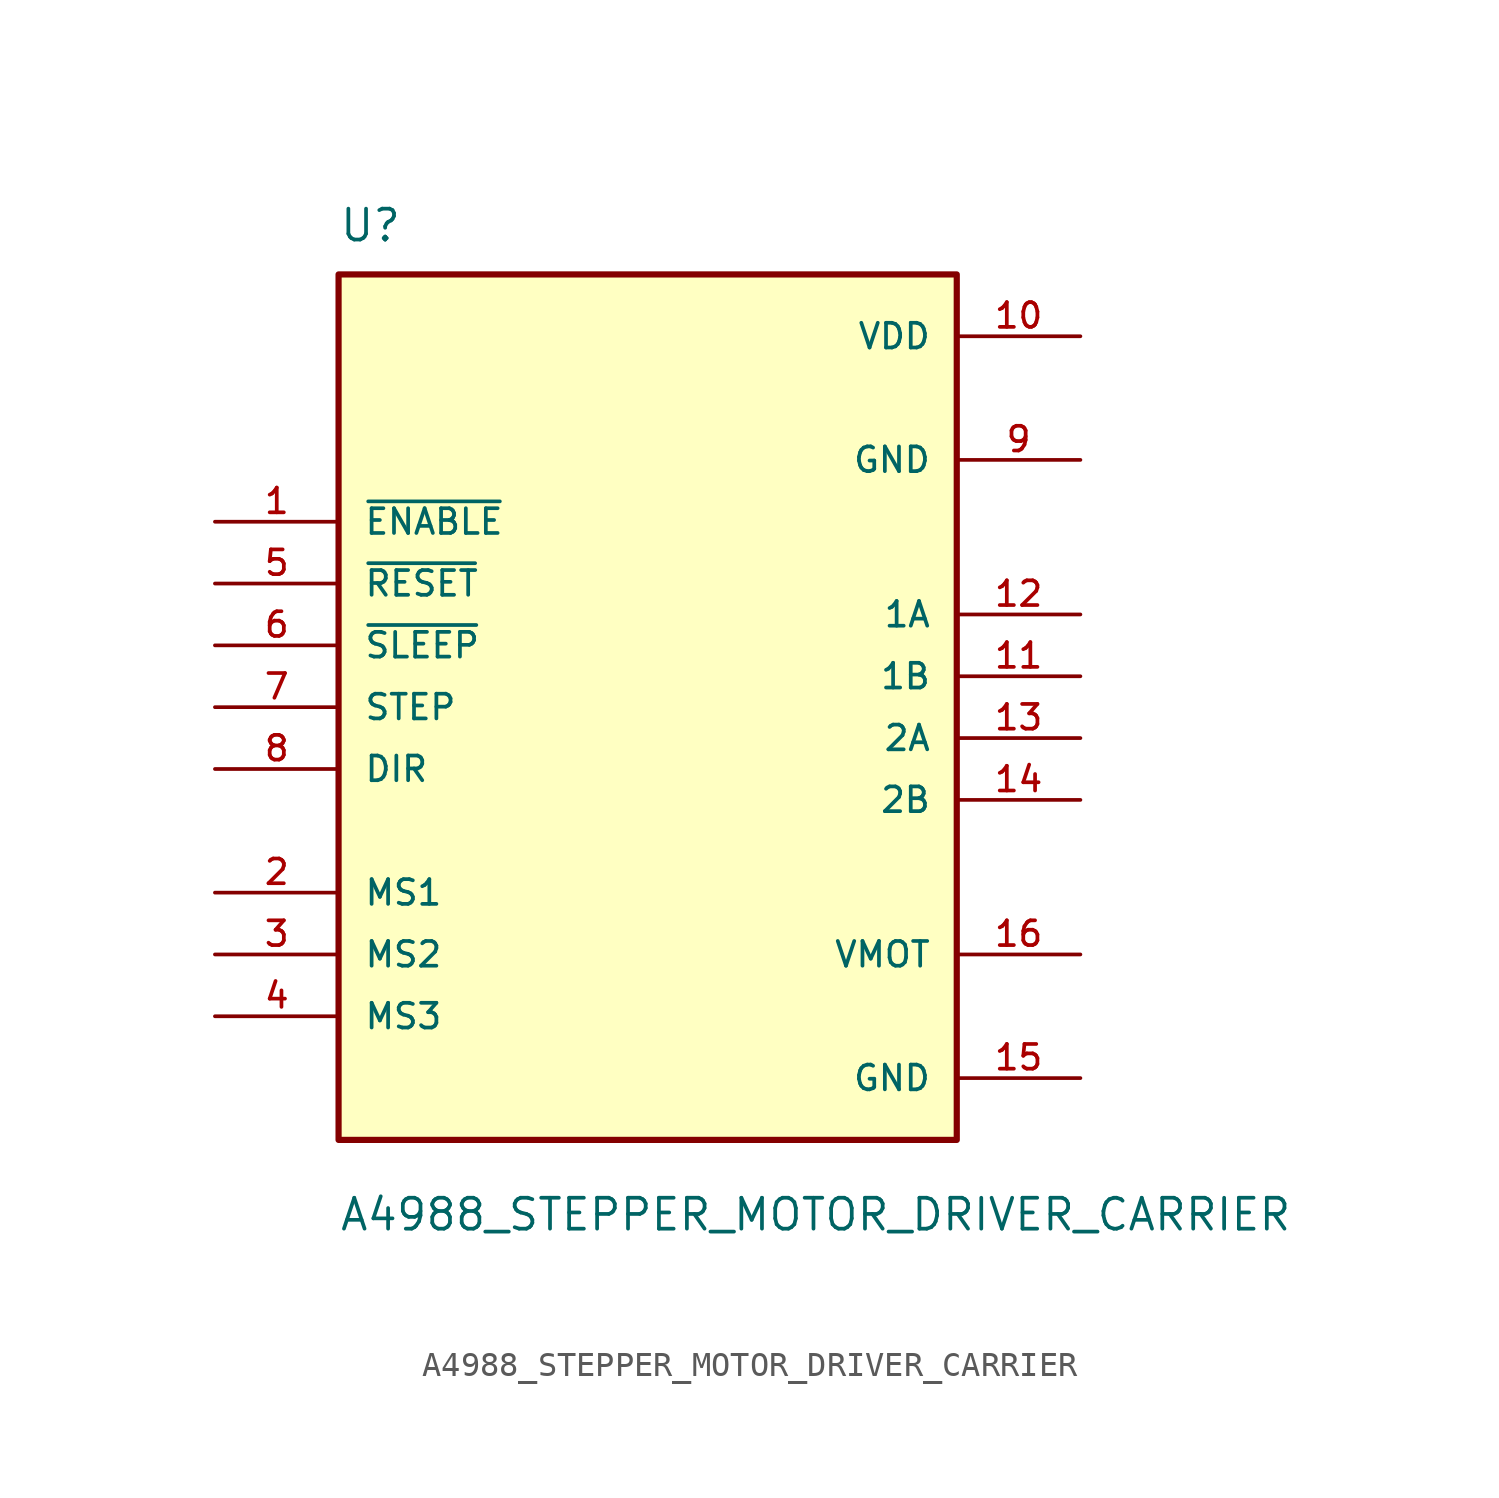
<source format=kicad_sym>
(kicad_symbol_lib
  (version 20211014)
  (generator kicad_symbol_editor)
  (symbol "A4988_STEPPER_MOTOR_DRIVER_CARRIER"
    (pin_names
      (offset 1.016))
    (property "Reference" "U"
      (at -12.7 19.05 0)
      (effects (font (size 1.27 1.27)) (justify left bottom)))
    (property "Value" "A4988_STEPPER_MOTOR_DRIVER_CARRIER"
      (at -12.7 -21.59 0)
      (effects (font (size 1.27 1.27)) (justify left bottom)))
    (symbol "A4988_STEPPER_MOTOR_DRIVER_CARRIER_0_0"
      (rectangle (start -12.7 -17.78) (end 12.7 17.78) (stroke (width 0.254) (type default) (color 0 0 0 0)) (fill (type background)))
      (pin input line (at -17.78 7.62 0) (length 5.08) (name "~{ENABLE}" (effects (font (size 1.016 1.016)))) (number "1" (effects (font (size 1.016 1.016)))))
      (pin power_in line (at 17.78 15.24 180) (length 5.08) (name "VDD" (effects (font (size 1.016 1.016)))) (number "10" (effects (font (size 1.016 1.016)))))
      (pin output line (at 17.78 1.27 180) (length 5.08) (name "1B" (effects (font (size 1.016 1.016)))) (number "11" (effects (font (size 1.016 1.016)))))
      (pin output line (at 17.78 3.81 180) (length 5.08) (name "1A" (effects (font (size 1.016 1.016)))) (number "12" (effects (font (size 1.016 1.016)))))
      (pin output line (at 17.78 -1.27 180) (length 5.08) (name "2A" (effects (font (size 1.016 1.016)))) (number "13" (effects (font (size 1.016 1.016)))))
      (pin output line (at 17.78 -3.81 180) (length 5.08) (name "2B" (effects (font (size 1.016 1.016)))) (number "14" (effects (font (size 1.016 1.016)))))
      (pin power_in line (at 17.78 -15.24 180) (length 5.08) (name "GND" (effects (font (size 1.016 1.016)))) (number "15" (effects (font (size 1.016 1.016)))))
      (pin power_in line (at 17.78 -10.16 180) (length 5.08) (name "VMOT" (effects (font (size 1.016 1.016)))) (number "16" (effects (font (size 1.016 1.016)))))
      (pin input line (at -17.78 -7.62 0) (length 5.08) (name "MS1" (effects (font (size 1.016 1.016)))) (number "2" (effects (font (size 1.016 1.016)))))
      (pin input line (at -17.78 -10.16 0) (length 5.08) (name "MS2" (effects (font (size 1.016 1.016)))) (number "3" (effects (font (size 1.016 1.016)))))
      (pin input line (at -17.78 -12.7 0) (length 5.08) (name "MS3" (effects (font (size 1.016 1.016)))) (number "4" (effects (font (size 1.016 1.016)))))
      (pin bidirectional line (at -17.78 5.08 0) (length 5.08) (name "~{RESET}" (effects (font (size 1.016 1.016)))) (number "5" (effects (font (size 1.016 1.016)))))
      (pin bidirectional line (at -17.78 2.54 0) (length 5.08) (name "~{SLEEP}" (effects (font (size 1.016 1.016)))) (number "6" (effects (font (size 1.016 1.016)))))
      (pin input line (at -17.78 0 0) (length 5.08) (name "STEP" (effects (font (size 1.016 1.016)))) (number "7" (effects (font (size 1.016 1.016)))))
      (pin input line (at -17.78 -2.54 0) (length 5.08) (name "DIR" (effects (font (size 1.016 1.016)))) (number "8" (effects (font (size 1.016 1.016)))))
      (pin power_in line (at 17.78 10.16 180) (length 5.08) (name "GND" (effects (font (size 1.016 1.016)))) (number "9" (effects (font (size 1.016 1.016))))))))
</source>
